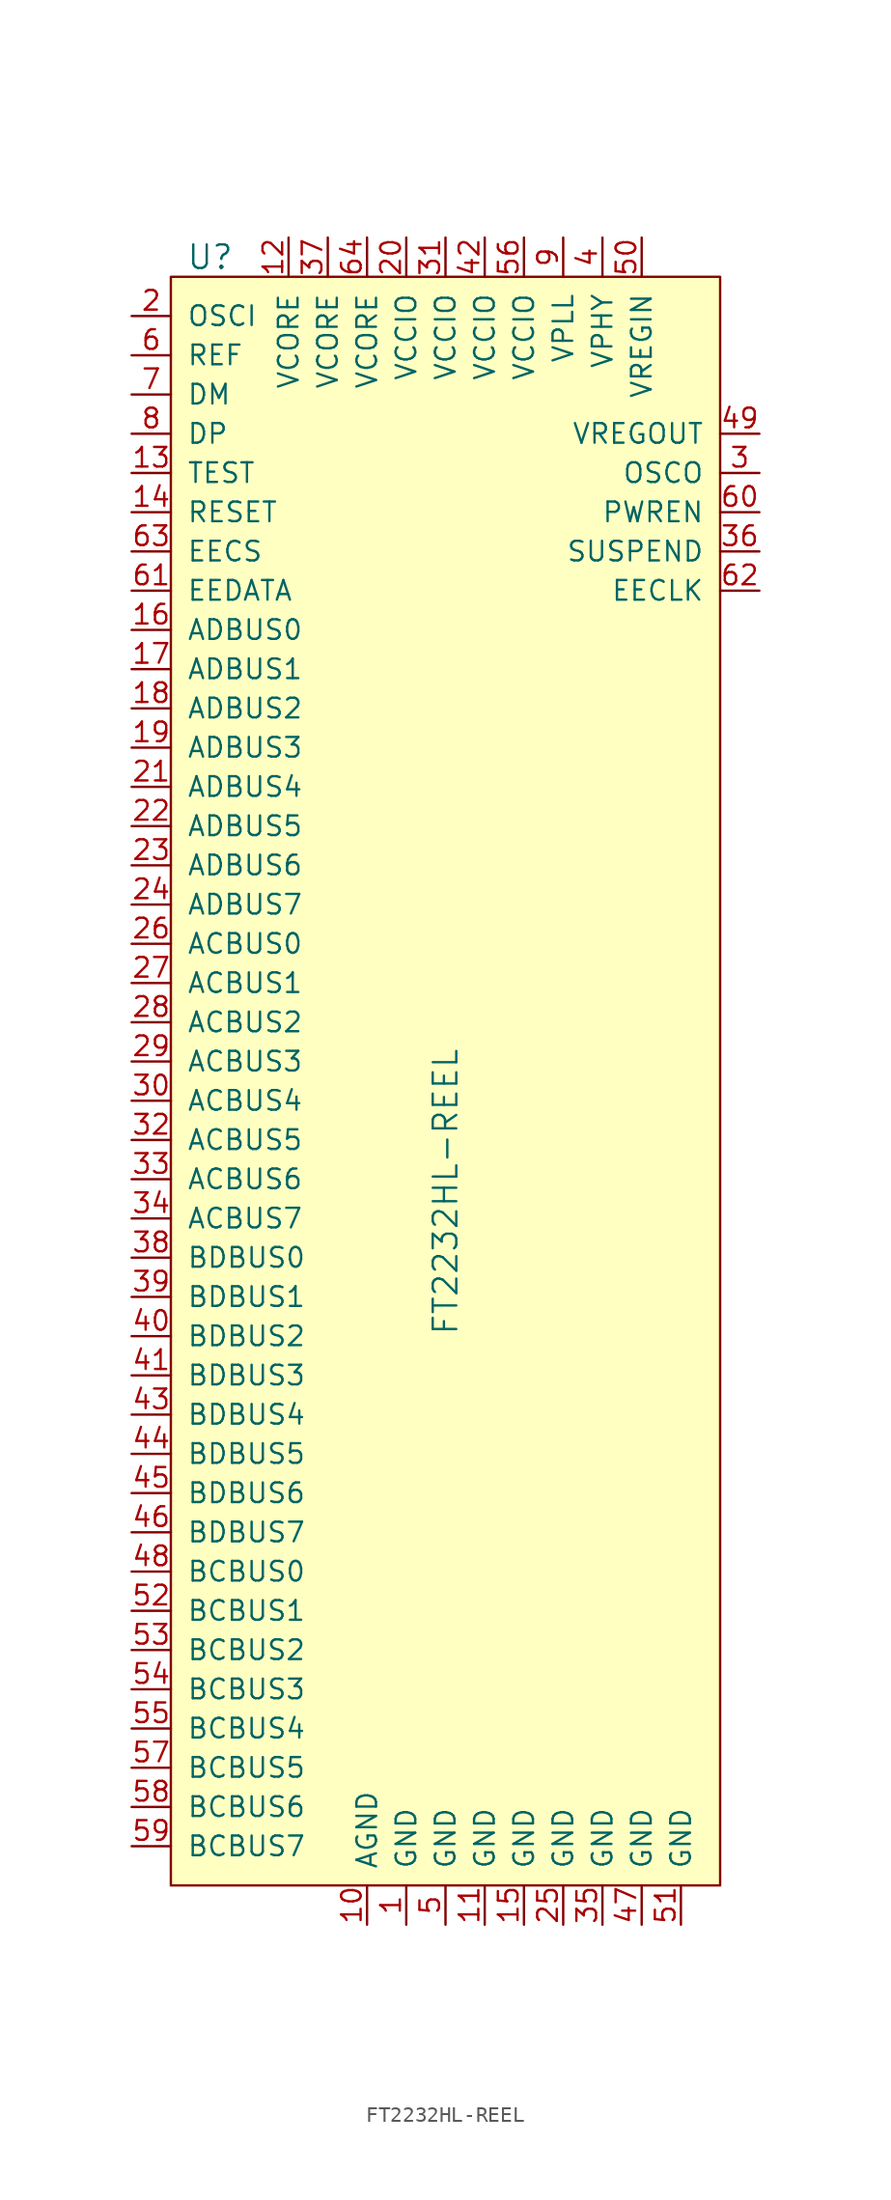
<source format=kicad_sym>
(kicad_symbol_lib
  (version 20211014)
  (generator kicad_symbol_editor)
  (symbol "FT2232HL-REEL"
    (pin_names
      (offset 1.016))
    (property "Reference" "U"
      (at -15.24 59.69 0)
      (effects (font (size 1.524 1.524))))
    (property "Value" "FT2232HL-REEL"
      (at 0 -10.16 90)
      (effects (font (size 1.524 1.524)) (justify left)))
    (symbol "FT2232HL-REEL_0_1"
      (rectangle (start -17.78 58.42) (end 17.78 -45.72) (stroke (width 0) (type default) (color 0 0 0 0)) (fill (type background))))
    (symbol "FT2232HL-REEL_1_1"
      (pin power_in line (at -2.54 -48.26 90) (length 2.54) (name "GND" (effects (font (size 1.27 1.27)))) (number "1" (effects (font (size 1.27 1.27)))))
      (pin power_in line (at -5.08 -48.26 90) (length 2.54) (name "AGND" (effects (font (size 1.27 1.27)))) (number "10" (effects (font (size 1.27 1.27)))))
      (pin power_in line (at 2.54 -48.26 90) (length 2.54) (name "GND" (effects (font (size 1.27 1.27)))) (number "11" (effects (font (size 1.27 1.27)))))
      (pin power_in line (at -10.16 60.96 270) (length 2.54) (name "VCORE" (effects (font (size 1.27 1.27)))) (number "12" (effects (font (size 1.27 1.27)))))
      (pin input line (at -20.32 45.72 0) (length 2.54) (name "TEST" (effects (font (size 1.27 1.27)))) (number "13" (effects (font (size 1.27 1.27)))))
      (pin input line (at -20.32 43.18 0) (length 2.54) (name "RESET" (effects (font (size 1.27 1.27)))) (number "14" (effects (font (size 1.27 1.27)))))
      (pin power_in line (at 5.08 -48.26 90) (length 2.54) (name "GND" (effects (font (size 1.27 1.27)))) (number "15" (effects (font (size 1.27 1.27)))))
      (pin bidirectional line (at -20.32 35.56 0) (length 2.54) (name "ADBUS0" (effects (font (size 1.27 1.27)))) (number "16" (effects (font (size 1.27 1.27)))))
      (pin bidirectional line (at -20.32 33.02 0) (length 2.54) (name "ADBUS1" (effects (font (size 1.27 1.27)))) (number "17" (effects (font (size 1.27 1.27)))))
      (pin bidirectional line (at -20.32 30.48 0) (length 2.54) (name "ADBUS2" (effects (font (size 1.27 1.27)))) (number "18" (effects (font (size 1.27 1.27)))))
      (pin bidirectional line (at -20.32 27.94 0) (length 2.54) (name "ADBUS3" (effects (font (size 1.27 1.27)))) (number "19" (effects (font (size 1.27 1.27)))))
      (pin input line (at -20.32 55.88 0) (length 2.54) (name "OSCI" (effects (font (size 1.27 1.27)))) (number "2" (effects (font (size 1.27 1.27)))))
      (pin power_in line (at -2.54 60.96 270) (length 2.54) (name "VCCIO" (effects (font (size 1.27 1.27)))) (number "20" (effects (font (size 1.27 1.27)))))
      (pin bidirectional line (at -20.32 25.4 0) (length 2.54) (name "ADBUS4" (effects (font (size 1.27 1.27)))) (number "21" (effects (font (size 1.27 1.27)))))
      (pin bidirectional line (at -20.32 22.86 0) (length 2.54) (name "ADBUS5" (effects (font (size 1.27 1.27)))) (number "22" (effects (font (size 1.27 1.27)))))
      (pin bidirectional line (at -20.32 20.32 0) (length 2.54) (name "ADBUS6" (effects (font (size 1.27 1.27)))) (number "23" (effects (font (size 1.27 1.27)))))
      (pin bidirectional line (at -20.32 17.78 0) (length 2.54) (name "ADBUS7" (effects (font (size 1.27 1.27)))) (number "24" (effects (font (size 1.27 1.27)))))
      (pin power_in line (at 7.62 -48.26 90) (length 2.54) (name "GND" (effects (font (size 1.27 1.27)))) (number "25" (effects (font (size 1.27 1.27)))))
      (pin bidirectional line (at -20.32 15.24 0) (length 2.54) (name "ACBUS0" (effects (font (size 1.27 1.27)))) (number "26" (effects (font (size 1.27 1.27)))))
      (pin bidirectional line (at -20.32 12.7 0) (length 2.54) (name "ACBUS1" (effects (font (size 1.27 1.27)))) (number "27" (effects (font (size 1.27 1.27)))))
      (pin bidirectional line (at -20.32 10.16 0) (length 2.54) (name "ACBUS2" (effects (font (size 1.27 1.27)))) (number "28" (effects (font (size 1.27 1.27)))))
      (pin bidirectional line (at -20.32 7.62 0) (length 2.54) (name "ACBUS3" (effects (font (size 1.27 1.27)))) (number "29" (effects (font (size 1.27 1.27)))))
      (pin output line (at 20.32 45.72 180) (length 2.54) (name "OSCO" (effects (font (size 1.27 1.27)))) (number "3" (effects (font (size 1.27 1.27)))))
      (pin bidirectional line (at -20.32 5.08 0) (length 2.54) (name "ACBUS4" (effects (font (size 1.27 1.27)))) (number "30" (effects (font (size 1.27 1.27)))))
      (pin power_in line (at 0 60.96 270) (length 2.54) (name "VCCIO" (effects (font (size 1.27 1.27)))) (number "31" (effects (font (size 1.27 1.27)))))
      (pin bidirectional line (at -20.32 2.54 0) (length 2.54) (name "ACBUS5" (effects (font (size 1.27 1.27)))) (number "32" (effects (font (size 1.27 1.27)))))
      (pin bidirectional line (at -20.32 0 0) (length 2.54) (name "ACBUS6" (effects (font (size 1.27 1.27)))) (number "33" (effects (font (size 1.27 1.27)))))
      (pin bidirectional line (at -20.32 -2.54 0) (length 2.54) (name "ACBUS7" (effects (font (size 1.27 1.27)))) (number "34" (effects (font (size 1.27 1.27)))))
      (pin power_in line (at 10.16 -48.26 90) (length 2.54) (name "GND" (effects (font (size 1.27 1.27)))) (number "35" (effects (font (size 1.27 1.27)))))
      (pin output line (at 20.32 40.64 180) (length 2.54) (name "SUSPEND" (effects (font (size 1.27 1.27)))) (number "36" (effects (font (size 1.27 1.27)))))
      (pin power_in line (at -7.62 60.96 270) (length 2.54) (name "VCORE" (effects (font (size 1.27 1.27)))) (number "37" (effects (font (size 1.27 1.27)))))
      (pin bidirectional line (at -20.32 -5.08 0) (length 2.54) (name "BDBUS0" (effects (font (size 1.27 1.27)))) (number "38" (effects (font (size 1.27 1.27)))))
      (pin bidirectional line (at -20.32 -7.62 0) (length 2.54) (name "BDBUS1" (effects (font (size 1.27 1.27)))) (number "39" (effects (font (size 1.27 1.27)))))
      (pin power_in line (at 10.16 60.96 270) (length 2.54) (name "VPHY" (effects (font (size 1.27 1.27)))) (number "4" (effects (font (size 1.27 1.27)))))
      (pin bidirectional line (at -20.32 -10.16 0) (length 2.54) (name "BDBUS2" (effects (font (size 1.27 1.27)))) (number "40" (effects (font (size 1.27 1.27)))))
      (pin bidirectional line (at -20.32 -12.7 0) (length 2.54) (name "BDBUS3" (effects (font (size 1.27 1.27)))) (number "41" (effects (font (size 1.27 1.27)))))
      (pin power_in line (at 2.54 60.96 270) (length 2.54) (name "VCCIO" (effects (font (size 1.27 1.27)))) (number "42" (effects (font (size 1.27 1.27)))))
      (pin bidirectional line (at -20.32 -15.24 0) (length 2.54) (name "BDBUS4" (effects (font (size 1.27 1.27)))) (number "43" (effects (font (size 1.27 1.27)))))
      (pin bidirectional line (at -20.32 -17.78 0) (length 2.54) (name "BDBUS5" (effects (font (size 1.27 1.27)))) (number "44" (effects (font (size 1.27 1.27)))))
      (pin bidirectional line (at -20.32 -20.32 0) (length 2.54) (name "BDBUS6" (effects (font (size 1.27 1.27)))) (number "45" (effects (font (size 1.27 1.27)))))
      (pin bidirectional line (at -20.32 -22.86 0) (length 2.54) (name "BDBUS7" (effects (font (size 1.27 1.27)))) (number "46" (effects (font (size 1.27 1.27)))))
      (pin power_in line (at 12.7 -48.26 90) (length 2.54) (name "GND" (effects (font (size 1.27 1.27)))) (number "47" (effects (font (size 1.27 1.27)))))
      (pin bidirectional line (at -20.32 -25.4 0) (length 2.54) (name "BCBUS0" (effects (font (size 1.27 1.27)))) (number "48" (effects (font (size 1.27 1.27)))))
      (pin power_out line (at 20.32 48.26 180) (length 2.54) (name "VREGOUT" (effects (font (size 1.27 1.27)))) (number "49" (effects (font (size 1.27 1.27)))))
      (pin power_in line (at 0 -48.26 90) (length 2.54) (name "GND" (effects (font (size 1.27 1.27)))) (number "5" (effects (font (size 1.27 1.27)))))
      (pin power_in line (at 12.7 60.96 270) (length 2.54) (name "VREGIN" (effects (font (size 1.27 1.27)))) (number "50" (effects (font (size 1.27 1.27)))))
      (pin power_in line (at 15.24 -48.26 90) (length 2.54) (name "GND" (effects (font (size 1.27 1.27)))) (number "51" (effects (font (size 1.27 1.27)))))
      (pin bidirectional line (at -20.32 -27.94 0) (length 2.54) (name "BCBUS1" (effects (font (size 1.27 1.27)))) (number "52" (effects (font (size 1.27 1.27)))))
      (pin bidirectional line (at -20.32 -30.48 0) (length 2.54) (name "BCBUS2" (effects (font (size 1.27 1.27)))) (number "53" (effects (font (size 1.27 1.27)))))
      (pin bidirectional line (at -20.32 -33.02 0) (length 2.54) (name "BCBUS3" (effects (font (size 1.27 1.27)))) (number "54" (effects (font (size 1.27 1.27)))))
      (pin bidirectional line (at -20.32 -35.56 0) (length 2.54) (name "BCBUS4" (effects (font (size 1.27 1.27)))) (number "55" (effects (font (size 1.27 1.27)))))
      (pin power_in line (at 5.08 60.96 270) (length 2.54) (name "VCCIO" (effects (font (size 1.27 1.27)))) (number "56" (effects (font (size 1.27 1.27)))))
      (pin bidirectional line (at -20.32 -38.1 0) (length 2.54) (name "BCBUS5" (effects (font (size 1.27 1.27)))) (number "57" (effects (font (size 1.27 1.27)))))
      (pin bidirectional line (at -20.32 -40.64 0) (length 2.54) (name "BCBUS6" (effects (font (size 1.27 1.27)))) (number "58" (effects (font (size 1.27 1.27)))))
      (pin bidirectional line (at -20.32 -43.18 0) (length 2.54) (name "BCBUS7" (effects (font (size 1.27 1.27)))) (number "59" (effects (font (size 1.27 1.27)))))
      (pin input line (at -20.32 53.34 0) (length 2.54) (name "REF" (effects (font (size 1.27 1.27)))) (number "6" (effects (font (size 1.27 1.27)))))
      (pin output line (at 20.32 43.18 180) (length 2.54) (name "PWREN" (effects (font (size 1.27 1.27)))) (number "60" (effects (font (size 1.27 1.27)))))
      (pin bidirectional line (at -20.32 38.1 0) (length 2.54) (name "EEDATA" (effects (font (size 1.27 1.27)))) (number "61" (effects (font (size 1.27 1.27)))))
      (pin output line (at 20.32 38.1 180) (length 2.54) (name "EECLK" (effects (font (size 1.27 1.27)))) (number "62" (effects (font (size 1.27 1.27)))))
      (pin bidirectional line (at -20.32 40.64 0) (length 2.54) (name "EECS" (effects (font (size 1.27 1.27)))) (number "63" (effects (font (size 1.27 1.27)))))
      (pin power_in line (at -5.08 60.96 270) (length 2.54) (name "VCORE" (effects (font (size 1.27 1.27)))) (number "64" (effects (font (size 1.27 1.27)))))
      (pin bidirectional line (at -20.32 50.8 0) (length 2.54) (name "DM" (effects (font (size 1.27 1.27)))) (number "7" (effects (font (size 1.27 1.27)))))
      (pin bidirectional line (at -20.32 48.26 0) (length 2.54) (name "DP" (effects (font (size 1.27 1.27)))) (number "8" (effects (font (size 1.27 1.27)))))
      (pin power_in line (at 7.62 60.96 270) (length 2.54) (name "VPLL" (effects (font (size 1.27 1.27)))) (number "9" (effects (font (size 1.27 1.27))))))))
</source>
